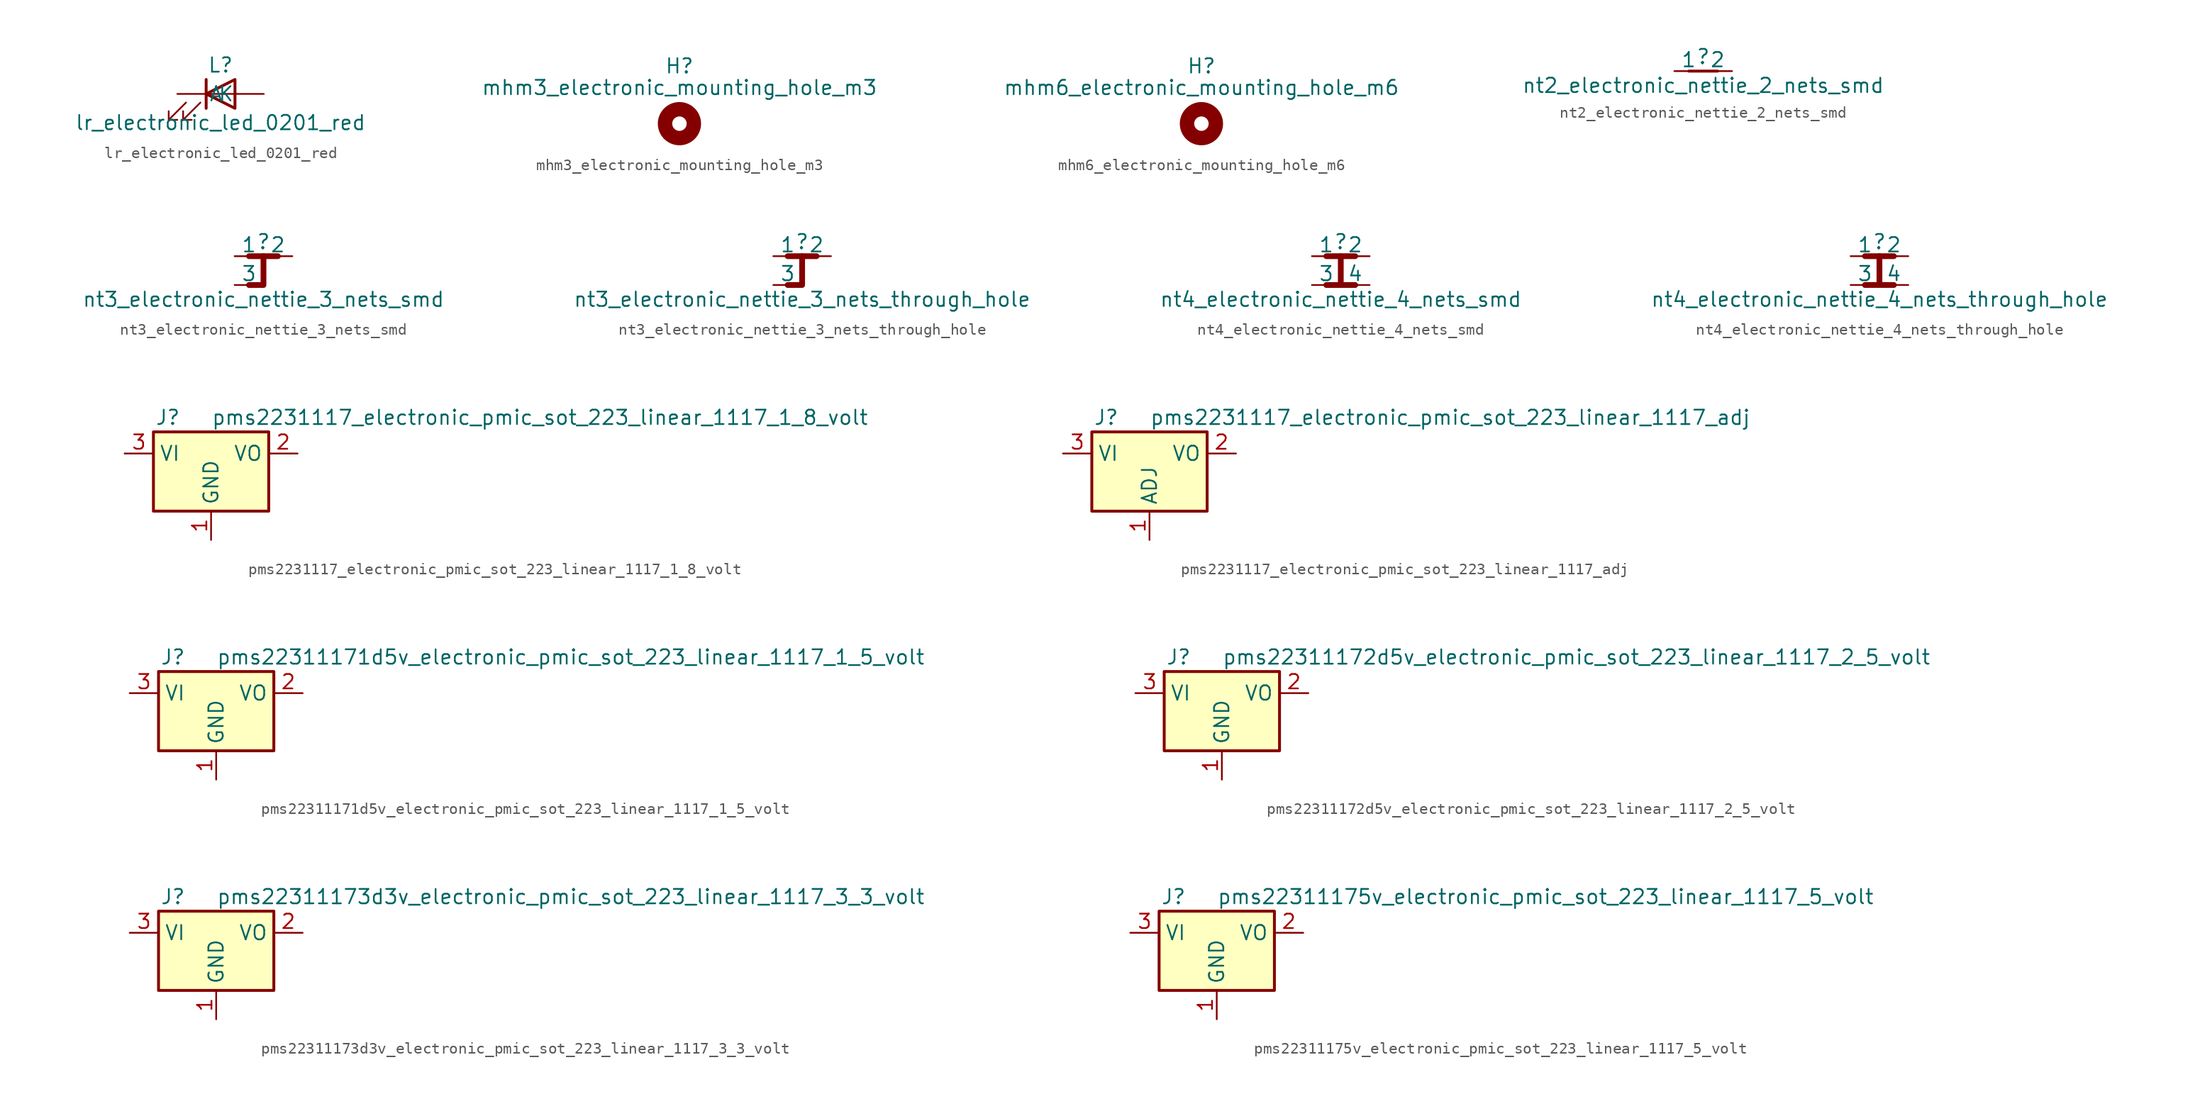
<source format=kicad_sym>
(kicad_symbol_lib
  (version 20220914)
  (generator kicad_symbol_editor)
  (symbol "lr_electronic_led_0201_red"
    (pin_numbers hide)
    (pin_names
      (offset 1.016))
    (property "Reference" "L"
      (at 0 2.54 0)
      (effects (font (size 1.27 1.27))))
    (property "Value" "lr_electronic_led_0201_red"
      (at 0 -2.54 0)
      (effects (font (size 1.27 1.27))))
    (symbol "lr_electronic_led_0201_red_0_1"
      (polyline (pts (xy -1.27 -1.27) (xy -1.27 1.27)) (stroke (width 0.254) (type default)) (fill (type none)))
      (polyline (pts (xy -1.27 0) (xy 1.27 0)) (stroke (width 0) (type default)) (fill (type none)))
      (polyline (pts (xy 1.27 -1.27) (xy 1.27 1.27) (xy -1.27 0) (xy 1.27 -1.27)) (stroke (width 0.254) (type default)) (fill (type none)))
      (polyline (pts (xy -3.048 -0.762) (xy -4.572 -2.286) (xy -3.81 -2.286) (xy -4.572 -2.286) (xy -4.572 -1.524)) (stroke (width 0) (type default)) (fill (type none)))
      (polyline (pts (xy -1.778 -0.762) (xy -3.302 -2.286) (xy -2.54 -2.286) (xy -3.302 -2.286) (xy -3.302 -1.524)) (stroke (width 0) (type default)) (fill (type none))))
    (symbol "lr_electronic_led_0201_red_1_1"
      (pin passive line (at -3.81 0 0) (length 2.54) (name "K" (effects (font (size 1.27 1.27)))) (number "1" (effects (font (size 1.27 1.27)))))
      (pin passive line (at 3.81 0 180) (length 2.54) (name "A" (effects (font (size 1.27 1.27)))) (number "2" (effects (font (size 1.27 1.27)))))))
  (symbol "mhm3_electronic_mounting_hole_m3"
    (pin_names
      (offset 1.016))
    (property "Reference" "H"
      (at 0 5.08 0)
      (effects (font (size 1.27 1.27))))
    (property "Value" "mhm3_electronic_mounting_hole_m3"
      (at 0 3.175 0)
      (effects (font (size 1.27 1.27))))
    (symbol "mhm3_electronic_mounting_hole_m3_0_1"
      (circle (center 0 0) (radius 1.27) (stroke (width 1.27) (type default)) (fill (type none)))))
  (symbol "mhm6_electronic_mounting_hole_m6"
    (pin_names
      (offset 1.016))
    (property "Reference" "H"
      (at 0 5.08 0)
      (effects (font (size 1.27 1.27))))
    (property "Value" "mhm6_electronic_mounting_hole_m6"
      (at 0 3.175 0)
      (effects (font (size 1.27 1.27))))
    (symbol "mhm6_electronic_mounting_hole_m6_0_1"
      (circle (center 0 0) (radius 1.27) (stroke (width 1.27) (type default)) (fill (type none)))))
  (symbol "nt2_electronic_nettie_2_nets_smd"
    (pin_numbers hide)
    (pin_names
      (offset 0))
    (property "Reference" ""
      (at 0 1.27 0)
      (effects (font (size 1.27 1.27))))
    (property "Value" "nt2_electronic_nettie_2_nets_smd"
      (at 0 -1.27 0)
      (effects (font (size 1.27 1.27))))
    (symbol "nt2_electronic_nettie_2_nets_smd_0_1"
      (polyline (pts (xy -1.27 0) (xy 1.27 0)) (stroke (width 0.254) (type default)) (fill (type none))))
    (symbol "nt2_electronic_nettie_2_nets_smd_1_1"
      (pin passive line (at -2.54 0 0) (length 2.54) (name "1" (effects (font (size 1.27 1.27)))) (number "1" (effects (font (size 1.27 1.27)))))
      (pin passive line (at 2.54 0 180) (length 2.54) (name "2" (effects (font (size 1.27 1.27)))) (number "2" (effects (font (size 1.27 1.27)))))))
  (symbol "nt3_electronic_nettie_3_nets_smd"
    (pin_numbers hide)
    (pin_names
      (offset 0))
    (property "Reference" ""
      (at 0 1.27 0)
      (effects (font (size 1.27 1.27))))
    (property "Value" "nt3_electronic_nettie_3_nets_smd"
      (at 0 -3.81 0)
      (effects (font (size 1.27 1.27))))
    (symbol "nt3_electronic_nettie_3_nets_smd_0_1"
      (polyline (pts (xy -1.27 0) (xy 1.27 0)) (stroke (width 0.508) (type default)) (fill (type none)))
      (polyline (pts (xy 0 0) (xy 0 -2.54) (xy -1.27 -2.54)) (stroke (width 0.508) (type default)) (fill (type none))))
    (symbol "nt3_electronic_nettie_3_nets_smd_1_1"
      (pin passive line (at -2.54 0 0) (length 2.54) (name "1" (effects (font (size 1.27 1.27)))) (number "1" (effects (font (size 1.27 1.27)))))
      (pin passive line (at 2.54 0 180) (length 2.54) (name "2" (effects (font (size 1.27 1.27)))) (number "2" (effects (font (size 1.27 1.27)))))
      (pin passive line (at -2.54 -2.54 0) (length 2.54) (name "3" (effects (font (size 1.27 1.27)))) (number "3" (effects (font (size 1.27 1.27)))))))
  (symbol "nt3_electronic_nettie_3_nets_through_hole"
    (pin_numbers hide)
    (pin_names
      (offset 0))
    (property "Reference" ""
      (at 0 1.27 0)
      (effects (font (size 1.27 1.27))))
    (property "Value" "nt3_electronic_nettie_3_nets_through_hole"
      (at 0 -3.81 0)
      (effects (font (size 1.27 1.27))))
    (symbol "nt3_electronic_nettie_3_nets_through_hole_0_1"
      (polyline (pts (xy -1.27 0) (xy 1.27 0)) (stroke (width 0.508) (type default)) (fill (type none)))
      (polyline (pts (xy 0 0) (xy 0 -2.54) (xy -1.27 -2.54)) (stroke (width 0.508) (type default)) (fill (type none))))
    (symbol "nt3_electronic_nettie_3_nets_through_hole_1_1"
      (pin passive line (at -2.54 0 0) (length 2.54) (name "1" (effects (font (size 1.27 1.27)))) (number "1" (effects (font (size 1.27 1.27)))))
      (pin passive line (at 2.54 0 180) (length 2.54) (name "2" (effects (font (size 1.27 1.27)))) (number "2" (effects (font (size 1.27 1.27)))))
      (pin passive line (at -2.54 -2.54 0) (length 2.54) (name "3" (effects (font (size 1.27 1.27)))) (number "3" (effects (font (size 1.27 1.27)))))))
  (symbol "nt4_electronic_nettie_4_nets_smd"
    (pin_numbers hide)
    (pin_names
      (offset 0))
    (property "Reference" ""
      (at 0 1.27 0)
      (effects (font (size 1.27 1.27))))
    (property "Value" "nt4_electronic_nettie_4_nets_smd"
      (at 0 -3.81 0)
      (effects (font (size 1.27 1.27))))
    (symbol "nt4_electronic_nettie_4_nets_smd_0_1"
      (polyline (pts (xy -1.27 -2.54) (xy 1.27 -2.54)) (stroke (width 0.508) (type default)) (fill (type none)))
      (polyline (pts (xy -1.27 0) (xy 1.27 0)) (stroke (width 0.508) (type default)) (fill (type none)))
      (polyline (pts (xy 0 -2.54) (xy 0 0)) (stroke (width 0.508) (type default)) (fill (type none))))
    (symbol "nt4_electronic_nettie_4_nets_smd_1_1"
      (pin passive line (at -2.54 0 0) (length 2.54) (name "1" (effects (font (size 1.27 1.27)))) (number "1" (effects (font (size 1.27 1.27)))))
      (pin passive line (at 2.54 0 180) (length 2.54) (name "2" (effects (font (size 1.27 1.27)))) (number "2" (effects (font (size 1.27 1.27)))))
      (pin passive line (at -2.54 -2.54 0) (length 2.54) (name "3" (effects (font (size 1.27 1.27)))) (number "3" (effects (font (size 1.27 1.27)))))
      (pin passive line (at 2.54 -2.54 180) (length 2.54) (name "4" (effects (font (size 1.27 1.27)))) (number "4" (effects (font (size 1.27 1.27)))))))
  (symbol "nt4_electronic_nettie_4_nets_through_hole"
    (pin_numbers hide)
    (pin_names
      (offset 0))
    (property "Reference" ""
      (at 0 1.27 0)
      (effects (font (size 1.27 1.27))))
    (property "Value" "nt4_electronic_nettie_4_nets_through_hole"
      (at 0 -3.81 0)
      (effects (font (size 1.27 1.27))))
    (symbol "nt4_electronic_nettie_4_nets_through_hole_0_1"
      (polyline (pts (xy -1.27 -2.54) (xy 1.27 -2.54)) (stroke (width 0.508) (type default)) (fill (type none)))
      (polyline (pts (xy -1.27 0) (xy 1.27 0)) (stroke (width 0.508) (type default)) (fill (type none)))
      (polyline (pts (xy 0 -2.54) (xy 0 0)) (stroke (width 0.508) (type default)) (fill (type none))))
    (symbol "nt4_electronic_nettie_4_nets_through_hole_1_1"
      (pin passive line (at -2.54 0 0) (length 2.54) (name "1" (effects (font (size 1.27 1.27)))) (number "1" (effects (font (size 1.27 1.27)))))
      (pin passive line (at 2.54 0 180) (length 2.54) (name "2" (effects (font (size 1.27 1.27)))) (number "2" (effects (font (size 1.27 1.27)))))
      (pin passive line (at -2.54 -2.54 0) (length 2.54) (name "3" (effects (font (size 1.27 1.27)))) (number "3" (effects (font (size 1.27 1.27)))))
      (pin passive line (at 2.54 -2.54 180) (length 2.54) (name "4" (effects (font (size 1.27 1.27)))) (number "4" (effects (font (size 1.27 1.27)))))))
  (symbol "pms2231117_electronic_pmic_sot_223_linear_1117_1_8_volt"
    (property "Reference" "J"
      (at -3.81 3.175 0)
      (effects (font (size 1.27 1.27))))
    (property "Value" "pms2231117_electronic_pmic_sot_223_linear_1117_1_8_volt"
      (at 0 3.175 0)
      (effects (font (size 1.27 1.27)) (justify left)))
    (symbol "pms2231117_electronic_pmic_sot_223_linear_1117_1_8_volt_0_1"
      (rectangle (start -5.08 -5.08) (end 5.08 1.905) (stroke (width 0.254) (type default)) (fill (type background))))
    (symbol "pms2231117_electronic_pmic_sot_223_linear_1117_1_8_volt_1_1"
      (pin power_in line (at 0 -7.62 90) (length 2.54) (name "GND" (effects (font (size 1.27 1.27)))) (number "1" (effects (font (size 1.27 1.27)))))
      (pin power_out line (at 7.62 0 180) (length 2.54) (name "VO" (effects (font (size 1.27 1.27)))) (number "2" (effects (font (size 1.27 1.27)))))
      (pin power_in line (at -7.62 0 0) (length 2.54) (name "VI" (effects (font (size 1.27 1.27)))) (number "3" (effects (font (size 1.27 1.27)))))))
  (symbol "pms2231117_electronic_pmic_sot_223_linear_1117_adj"
    (property "Reference" "J"
      (at -3.81 3.175 0)
      (effects (font (size 1.27 1.27))))
    (property "Value" "pms2231117_electronic_pmic_sot_223_linear_1117_adj"
      (at 0 3.175 0)
      (effects (font (size 1.27 1.27)) (justify left)))
    (symbol "pms2231117_electronic_pmic_sot_223_linear_1117_adj_0_1"
      (rectangle (start -5.08 -5.08) (end 5.08 1.905) (stroke (width 0.254) (type default)) (fill (type background))))
    (symbol "pms2231117_electronic_pmic_sot_223_linear_1117_adj_1_1"
      (pin input line (at 0 -7.62 90) (length 2.54) (name "ADJ" (effects (font (size 1.27 1.27)))) (number "1" (effects (font (size 1.27 1.27)))))
      (pin power_out line (at 7.62 0 180) (length 2.54) (name "VO" (effects (font (size 1.27 1.27)))) (number "2" (effects (font (size 1.27 1.27)))))
      (pin power_in line (at -7.62 0 0) (length 2.54) (name "VI" (effects (font (size 1.27 1.27)))) (number "3" (effects (font (size 1.27 1.27)))))))
  (symbol "pms22311171d5v_electronic_pmic_sot_223_linear_1117_1_5_volt"
    (property "Reference" "J"
      (at -3.81 3.175 0)
      (effects (font (size 1.27 1.27))))
    (property "Value" "pms22311171d5v_electronic_pmic_sot_223_linear_1117_1_5_volt"
      (at 0 3.175 0)
      (effects (font (size 1.27 1.27)) (justify left)))
    (symbol "pms22311171d5v_electronic_pmic_sot_223_linear_1117_1_5_volt_0_1"
      (rectangle (start -5.08 -5.08) (end 5.08 1.905) (stroke (width 0.254) (type default)) (fill (type background))))
    (symbol "pms22311171d5v_electronic_pmic_sot_223_linear_1117_1_5_volt_1_1"
      (pin power_in line (at 0 -7.62 90) (length 2.54) (name "GND" (effects (font (size 1.27 1.27)))) (number "1" (effects (font (size 1.27 1.27)))))
      (pin power_out line (at 7.62 0 180) (length 2.54) (name "VO" (effects (font (size 1.27 1.27)))) (number "2" (effects (font (size 1.27 1.27)))))
      (pin power_in line (at -7.62 0 0) (length 2.54) (name "VI" (effects (font (size 1.27 1.27)))) (number "3" (effects (font (size 1.27 1.27)))))))
  (symbol "pms22311172d5v_electronic_pmic_sot_223_linear_1117_2_5_volt"
    (property "Reference" "J"
      (at -3.81 3.175 0)
      (effects (font (size 1.27 1.27))))
    (property "Value" "pms22311172d5v_electronic_pmic_sot_223_linear_1117_2_5_volt"
      (at 0 3.175 0)
      (effects (font (size 1.27 1.27)) (justify left)))
    (symbol "pms22311172d5v_electronic_pmic_sot_223_linear_1117_2_5_volt_0_1"
      (rectangle (start -5.08 -5.08) (end 5.08 1.905) (stroke (width 0.254) (type default)) (fill (type background))))
    (symbol "pms22311172d5v_electronic_pmic_sot_223_linear_1117_2_5_volt_1_1"
      (pin power_in line (at 0 -7.62 90) (length 2.54) (name "GND" (effects (font (size 1.27 1.27)))) (number "1" (effects (font (size 1.27 1.27)))))
      (pin power_out line (at 7.62 0 180) (length 2.54) (name "VO" (effects (font (size 1.27 1.27)))) (number "2" (effects (font (size 1.27 1.27)))))
      (pin power_in line (at -7.62 0 0) (length 2.54) (name "VI" (effects (font (size 1.27 1.27)))) (number "3" (effects (font (size 1.27 1.27)))))))
  (symbol "pms22311173d3v_electronic_pmic_sot_223_linear_1117_3_3_volt"
    (property "Reference" "J"
      (at -3.81 3.175 0)
      (effects (font (size 1.27 1.27))))
    (property "Value" "pms22311173d3v_electronic_pmic_sot_223_linear_1117_3_3_volt"
      (at 0 3.175 0)
      (effects (font (size 1.27 1.27)) (justify left)))
    (symbol "pms22311173d3v_electronic_pmic_sot_223_linear_1117_3_3_volt_0_1"
      (rectangle (start -5.08 -5.08) (end 5.08 1.905) (stroke (width 0.254) (type default)) (fill (type background))))
    (symbol "pms22311173d3v_electronic_pmic_sot_223_linear_1117_3_3_volt_1_1"
      (pin power_in line (at 0 -7.62 90) (length 2.54) (name "GND" (effects (font (size 1.27 1.27)))) (number "1" (effects (font (size 1.27 1.27)))))
      (pin power_out line (at 7.62 0 180) (length 2.54) (name "VO" (effects (font (size 1.27 1.27)))) (number "2" (effects (font (size 1.27 1.27)))))
      (pin power_in line (at -7.62 0 0) (length 2.54) (name "VI" (effects (font (size 1.27 1.27)))) (number "3" (effects (font (size 1.27 1.27)))))))
  (symbol "pms22311175v_electronic_pmic_sot_223_linear_1117_5_volt"
    (property "Reference" "J"
      (at -3.81 3.175 0)
      (effects (font (size 1.27 1.27))))
    (property "Value" "pms22311175v_electronic_pmic_sot_223_linear_1117_5_volt"
      (at 0 3.175 0)
      (effects (font (size 1.27 1.27)) (justify left)))
    (symbol "pms22311175v_electronic_pmic_sot_223_linear_1117_5_volt_0_1"
      (rectangle (start -5.08 -5.08) (end 5.08 1.905) (stroke (width 0.254) (type default)) (fill (type background))))
    (symbol "pms22311175v_electronic_pmic_sot_223_linear_1117_5_volt_1_1"
      (pin power_in line (at 0 -7.62 90) (length 2.54) (name "GND" (effects (font (size 1.27 1.27)))) (number "1" (effects (font (size 1.27 1.27)))))
      (pin power_out line (at 7.62 0 180) (length 2.54) (name "VO" (effects (font (size 1.27 1.27)))) (number "2" (effects (font (size 1.27 1.27)))))
      (pin power_in line (at -7.62 0 0) (length 2.54) (name "VI" (effects (font (size 1.27 1.27)))) (number "3" (effects (font (size 1.27 1.27))))))))
</source>
